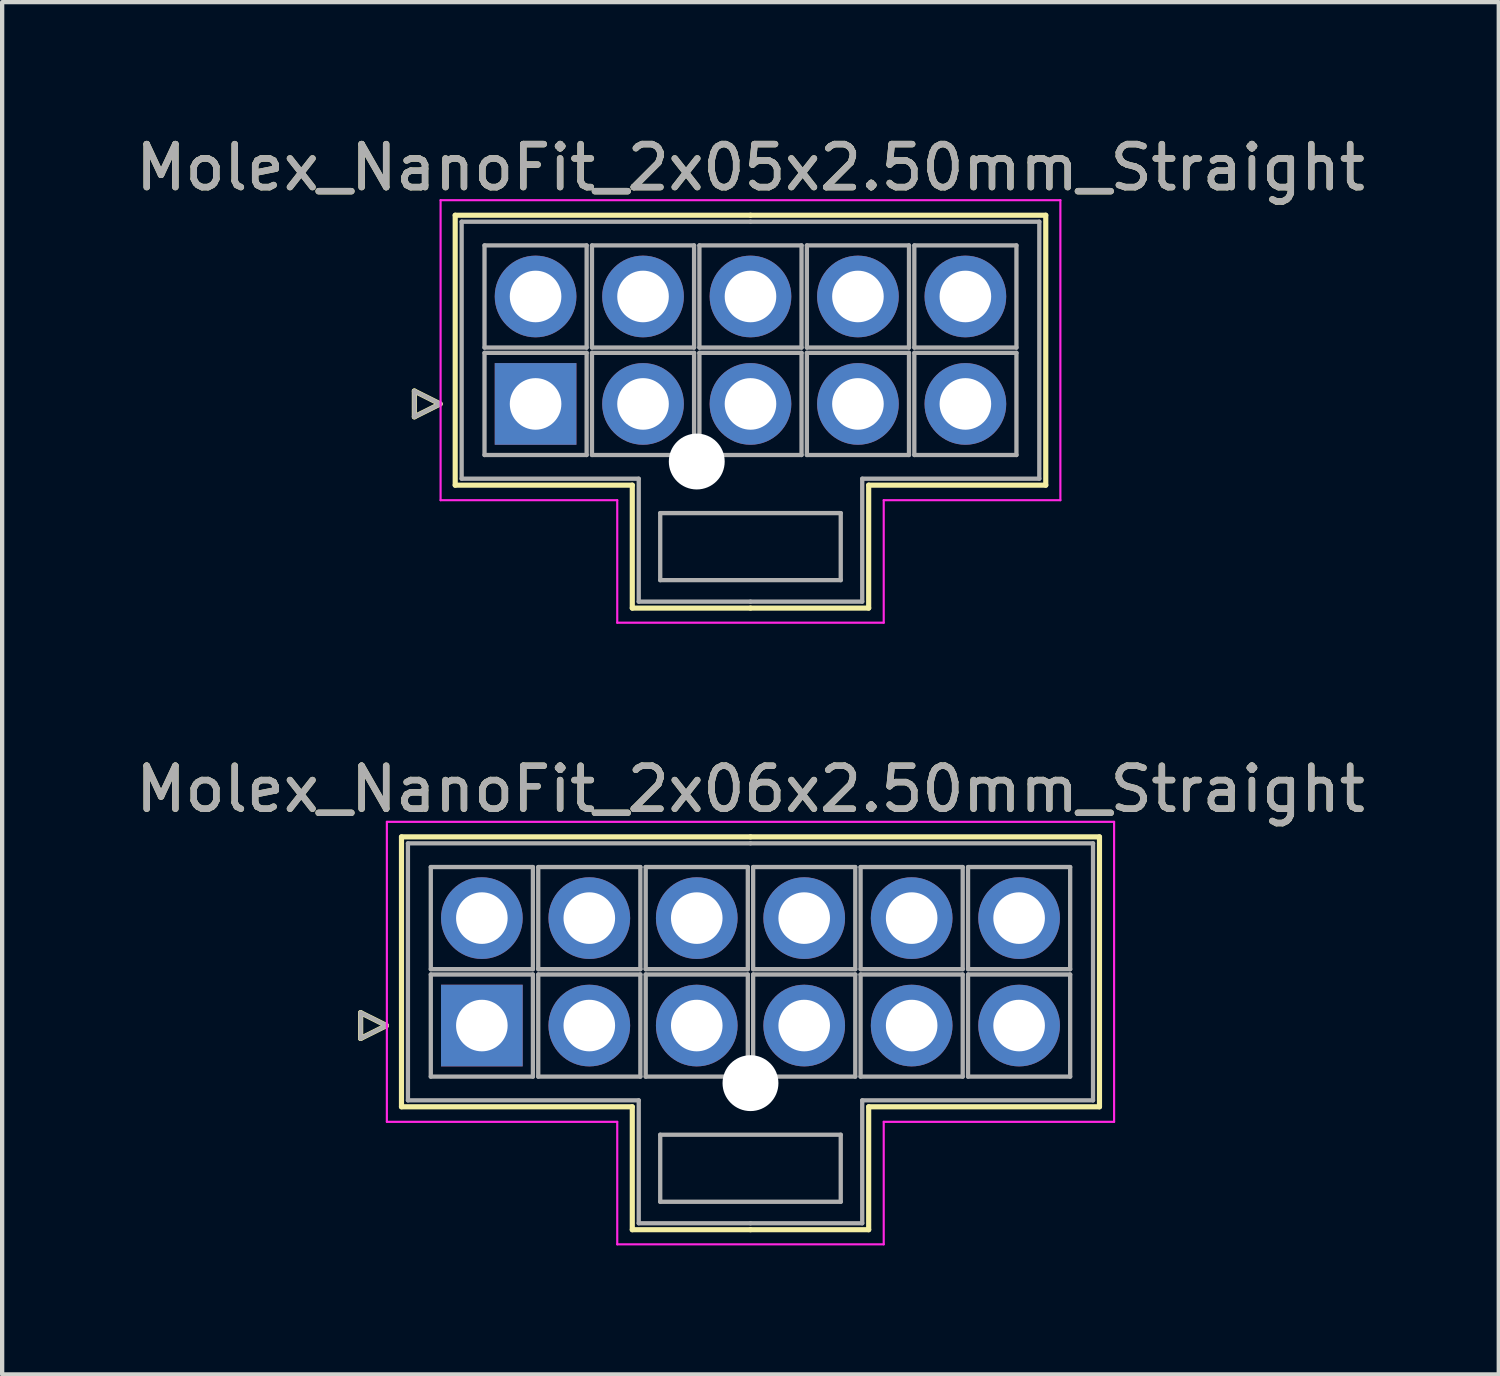
<source format=kicad_pcb>
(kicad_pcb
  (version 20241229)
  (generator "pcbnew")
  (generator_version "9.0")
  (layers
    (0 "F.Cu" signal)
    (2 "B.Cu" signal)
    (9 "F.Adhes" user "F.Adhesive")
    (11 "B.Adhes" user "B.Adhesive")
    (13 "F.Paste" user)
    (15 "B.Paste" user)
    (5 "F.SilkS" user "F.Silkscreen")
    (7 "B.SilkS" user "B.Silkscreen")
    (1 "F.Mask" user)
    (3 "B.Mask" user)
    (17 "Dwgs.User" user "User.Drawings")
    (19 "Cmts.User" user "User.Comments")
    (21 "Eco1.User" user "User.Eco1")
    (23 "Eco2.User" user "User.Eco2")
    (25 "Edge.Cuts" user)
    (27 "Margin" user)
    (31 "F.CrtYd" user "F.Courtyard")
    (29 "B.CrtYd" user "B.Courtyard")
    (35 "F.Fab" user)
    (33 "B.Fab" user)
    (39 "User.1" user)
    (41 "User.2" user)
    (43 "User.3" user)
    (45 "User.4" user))
  (footprint "Molex_NanoFit_2x06x2.50mm_Straight"
    (layer "F.Cu")
    (at 8.161 20.811)
    (property "Reference" "Molex_NanoFit_2x06x2.50mm_Straight" (at 6.25 -5.5 0) (layer "F.SilkS") (effects (font (size 1 1) (thickness 0.15))))
    (attr through_hole)
    (fp_line (start -2.82 -0.3) (end -2.22 0) (stroke (width 0.12) (type solid)) (layer "F.SilkS"))
    (fp_line (start -2.82 0.3) (end -2.82 -0.3) (stroke (width 0.12) (type solid)) (layer "F.SilkS"))
    (fp_line (start -2.22 0) (end -2.82 0.3) (stroke (width 0.12) (type solid)) (layer "F.SilkS"))
    (fp_line (start -1.87 -4.39) (end -1.87 1.89) (stroke (width 0.12) (type solid)) (layer "F.SilkS"))
    (fp_line (start -1.87 1.89) (end 3.5 1.89) (stroke (width 0.12) (type solid)) (layer "F.SilkS"))
    (fp_line (start 3.5 1.89) (end 3.5 4.75) (stroke (width 0.12) (type solid)) (layer "F.SilkS"))
    (fp_line (start 3.5 4.75) (end 6.25 4.75) (stroke (width 0.12) (type solid)) (layer "F.SilkS"))
    (fp_line (start 6.25 -4.39) (end -1.87 -4.39) (stroke (width 0.12) (type solid)) (layer "F.SilkS"))
    (fp_line (start 6.25 -4.39) (end 14.37 -4.39) (stroke (width 0.12) (type solid)) (layer "F.SilkS"))
    (fp_line (start 9 1.89) (end 9 4.75) (stroke (width 0.12) (type solid)) (layer "F.SilkS"))
    (fp_line (start 9 4.75) (end 6.25 4.75) (stroke (width 0.12) (type solid)) (layer "F.SilkS"))
    (fp_line (start 14.37 -4.39) (end 14.37 1.89) (stroke (width 0.12) (type solid)) (layer "F.SilkS"))
    (fp_line (start 14.37 1.89) (end 9 1.89) (stroke (width 0.12) (type solid)) (layer "F.SilkS"))
    (fp_line (start -2.21 -4.74) (end -2.21 2.24) (stroke (width 0.05) (type solid)) (layer "F.CrtYd"))
    (fp_line (start -2.21 2.24) (end 3.15 2.24) (stroke (width 0.05) (type solid)) (layer "F.CrtYd"))
    (fp_line (start 3.15 2.24) (end 3.15 5.09) (stroke (width 0.05) (type solid)) (layer "F.CrtYd"))
    (fp_line (start 3.15 5.09) (end 9.35 5.09) (stroke (width 0.05) (type solid)) (layer "F.CrtYd"))
    (fp_line (start 9.35 2.24) (end 14.71 2.24) (stroke (width 0.05) (type solid)) (layer "F.CrtYd"))
    (fp_line (start 9.35 5.09) (end 9.35 2.24) (stroke (width 0.05) (type solid)) (layer "F.CrtYd"))
    (fp_line (start 14.71 -4.74) (end -2.21 -4.74) (stroke (width 0.05) (type solid)) (layer "F.CrtYd"))
    (fp_line (start 14.71 2.24) (end 14.71 -4.74) (stroke (width 0.05) (type solid)) (layer "F.CrtYd"))
    (fp_line (start -2.82 -0.3) (end -2.22 0) (stroke (width 0.1) (type solid)) (layer "F.Fab"))
    (fp_line (start -2.82 0.3) (end -2.82 -0.3) (stroke (width 0.1) (type solid)) (layer "F.Fab"))
    (fp_line (start -2.22 0) (end -2.82 0.3) (stroke (width 0.1) (type solid)) (layer "F.Fab"))
    (fp_line (start -1.72 -4.24) (end -1.72 1.74) (stroke (width 0.1) (type solid)) (layer "F.Fab"))
    (fp_line (start -1.72 1.74) (end 3.65 1.74) (stroke (width 0.1) (type solid)) (layer "F.Fab"))
    (fp_line (start -1.188 -3.688) (end -1.188 -1.312) (stroke (width 0.1) (type solid)) (layer "F.Fab"))
    (fp_line (start -1.188 -1.312) (end 1.188 -1.312) (stroke (width 0.1) (type solid)) (layer "F.Fab"))
    (fp_line (start -1.188 -1.188) (end -1.188 1.188) (stroke (width 0.1) (type solid)) (layer "F.Fab"))
    (fp_line (start -1.188 1.188) (end 1.188 1.188) (stroke (width 0.1) (type solid)) (layer "F.Fab"))
    (fp_line (start 1.188 -3.688) (end -1.188 -3.688) (stroke (width 0.1) (type solid)) (layer "F.Fab"))
    (fp_line (start 1.188 -1.312) (end 1.188 -3.688) (stroke (width 0.1) (type solid)) (layer "F.Fab"))
    (fp_line (start 1.188 -1.188) (end -1.188 -1.188) (stroke (width 0.1) (type solid)) (layer "F.Fab"))
    (fp_line (start 1.188 1.188) (end 1.188 -1.188) (stroke (width 0.1) (type solid)) (layer "F.Fab"))
    (fp_line (start 1.312 -3.688) (end 1.312 -1.312) (stroke (width 0.1) (type solid)) (layer "F.Fab"))
    (fp_line (start 1.312 -1.312) (end 3.688 -1.312) (stroke (width 0.1) (type solid)) (layer "F.Fab"))
    (fp_line (start 1.312 -1.188) (end 1.312 1.188) (stroke (width 0.1) (type solid)) (layer "F.Fab"))
    (fp_line (start 1.312 1.188) (end 3.688 1.188) (stroke (width 0.1) (type solid)) (layer "F.Fab"))
    (fp_line (start 3.65 1.74) (end 3.65 4.6) (stroke (width 0.1) (type solid)) (layer "F.Fab"))
    (fp_line (start 3.65 4.6) (end 6.25 4.6) (stroke (width 0.1) (type solid)) (layer "F.Fab"))
    (fp_line (start 3.688 -3.688) (end 1.312 -3.688) (stroke (width 0.1) (type solid)) (layer "F.Fab"))
    (fp_line (start 3.688 -1.312) (end 3.688 -3.688) (stroke (width 0.1) (type solid)) (layer "F.Fab"))
    (fp_line (start 3.688 -1.188) (end 1.312 -1.188) (stroke (width 0.1) (type solid)) (layer "F.Fab"))
    (fp_line (start 3.688 1.188) (end 3.688 -1.188) (stroke (width 0.1) (type solid)) (layer "F.Fab"))
    (fp_line (start 3.812 -3.688) (end 3.812 -1.312) (stroke (width 0.1) (type solid)) (layer "F.Fab"))
    (fp_line (start 3.812 -1.312) (end 6.188 -1.312) (stroke (width 0.1) (type solid)) (layer "F.Fab"))
    (fp_line (start 3.812 -1.188) (end 3.812 1.188) (stroke (width 0.1) (type solid)) (layer "F.Fab"))
    (fp_line (start 3.812 1.188) (end 6.188 1.188) (stroke (width 0.1) (type solid)) (layer "F.Fab"))
    (fp_line (start 4.15 2.54) (end 4.15 4.1) (stroke (width 0.1) (type solid)) (layer "F.Fab"))
    (fp_line (start 4.15 4.1) (end 8.35 4.1) (stroke (width 0.1) (type solid)) (layer "F.Fab"))
    (fp_line (start 6.188 -3.688) (end 3.812 -3.688) (stroke (width 0.1) (type solid)) (layer "F.Fab"))
    (fp_line (start 6.188 -1.312) (end 6.188 -3.688) (stroke (width 0.1) (type solid)) (layer "F.Fab"))
    (fp_line (start 6.188 -1.188) (end 3.812 -1.188) (stroke (width 0.1) (type solid)) (layer "F.Fab"))
    (fp_line (start 6.188 1.188) (end 6.188 -1.188) (stroke (width 0.1) (type solid)) (layer "F.Fab"))
    (fp_line (start 6.25 -4.24) (end -1.72 -4.24) (stroke (width 0.1) (type solid)) (layer "F.Fab"))
    (fp_line (start 6.25 -4.24) (end 14.22 -4.24) (stroke (width 0.1) (type solid)) (layer "F.Fab"))
    (fp_line (start 6.312 -3.688) (end 6.312 -1.312) (stroke (width 0.1) (type solid)) (layer "F.Fab"))
    (fp_line (start 6.312 -1.312) (end 8.688 -1.312) (stroke (width 0.1) (type solid)) (layer "F.Fab"))
    (fp_line (start 6.312 -1.188) (end 6.312 1.188) (stroke (width 0.1) (type solid)) (layer "F.Fab"))
    (fp_line (start 6.312 1.188) (end 8.688 1.188) (stroke (width 0.1) (type solid)) (layer "F.Fab"))
    (fp_line (start 8.35 2.54) (end 4.15 2.54) (stroke (width 0.1) (type solid)) (layer "F.Fab"))
    (fp_line (start 8.35 4.1) (end 8.35 2.54) (stroke (width 0.1) (type solid)) (layer "F.Fab"))
    (fp_line (start 8.688 -3.688) (end 6.312 -3.688) (stroke (width 0.1) (type solid)) (layer "F.Fab"))
    (fp_line (start 8.688 -1.312) (end 8.688 -3.688) (stroke (width 0.1) (type solid)) (layer "F.Fab"))
    (fp_line (start 8.688 -1.188) (end 6.312 -1.188) (stroke (width 0.1) (type solid)) (layer "F.Fab"))
    (fp_line (start 8.688 1.188) (end 8.688 -1.188) (stroke (width 0.1) (type solid)) (layer "F.Fab"))
    (fp_line (start 8.812 -3.688) (end 8.812 -1.312) (stroke (width 0.1) (type solid)) (layer "F.Fab"))
    (fp_line (start 8.812 -1.312) (end 11.188 -1.312) (stroke (width 0.1) (type solid)) (layer "F.Fab"))
    (fp_line (start 8.812 -1.188) (end 8.812 1.188) (stroke (width 0.1) (type solid)) (layer "F.Fab"))
    (fp_line (start 8.812 1.188) (end 11.188 1.188) (stroke (width 0.1) (type solid)) (layer "F.Fab"))
    (fp_line (start 8.85 1.74) (end 8.85 4.6) (stroke (width 0.1) (type solid)) (layer "F.Fab"))
    (fp_line (start 8.85 4.6) (end 6.25 4.6) (stroke (width 0.1) (type solid)) (layer "F.Fab"))
    (fp_line (start 11.188 -3.688) (end 8.812 -3.688) (stroke (width 0.1) (type solid)) (layer "F.Fab"))
    (fp_line (start 11.188 -1.312) (end 11.188 -3.688) (stroke (width 0.1) (type solid)) (layer "F.Fab"))
    (fp_line (start 11.188 -1.188) (end 8.812 -1.188) (stroke (width 0.1) (type solid)) (layer "F.Fab"))
    (fp_line (start 11.188 1.188) (end 11.188 -1.188) (stroke (width 0.1) (type solid)) (layer "F.Fab"))
    (fp_line (start 11.312 -3.688) (end 11.312 -1.312) (stroke (width 0.1) (type solid)) (layer "F.Fab"))
    (fp_line (start 11.312 -1.312) (end 13.688 -1.312) (stroke (width 0.1) (type solid)) (layer "F.Fab"))
    (fp_line (start 11.312 -1.188) (end 11.312 1.188) (stroke (width 0.1) (type solid)) (layer "F.Fab"))
    (fp_line (start 11.312 1.188) (end 13.688 1.188) (stroke (width 0.1) (type solid)) (layer "F.Fab"))
    (fp_line (start 13.688 -3.688) (end 11.312 -3.688) (stroke (width 0.1) (type solid)) (layer "F.Fab"))
    (fp_line (start 13.688 -1.312) (end 13.688 -3.688) (stroke (width 0.1) (type solid)) (layer "F.Fab"))
    (fp_line (start 13.688 -1.188) (end 11.312 -1.188) (stroke (width 0.1) (type solid)) (layer "F.Fab"))
    (fp_line (start 13.688 1.188) (end 13.688 -1.188) (stroke (width 0.1) (type solid)) (layer "F.Fab"))
    (fp_line (start 14.22 -4.24) (end 14.22 1.74) (stroke (width 0.1) (type solid)) (layer "F.Fab"))
    (fp_line (start 14.22 1.74) (end 8.85 1.74) (stroke (width 0.1) (type solid)) (layer "F.Fab"))
    (fp_text user "${REFERENCE}" (at 6.25 -5.5 0) (layer "F.Fab") (effects (font (size 1 1) (thickness 0.15))))
    (pad "" np_thru_hole circle (at 6.25 1.34) (size 1.3 1.3) (drill 1.3) (layers "*.Cu" "*.Mask"))
    (pad "1" thru_hole rect (at 0 0) (size 1.9 1.9) (drill 1.2) (layers "*.Cu" "*.Mask"))
    (pad "2" thru_hole circle (at 2.5 0) (size 1.9 1.9) (drill 1.2) (layers "*.Cu" "*.Mask"))
    (pad "3" thru_hole circle (at 5 0) (size 1.9 1.9) (drill 1.2) (layers "*.Cu" "*.Mask"))
    (pad "4" thru_hole circle (at 7.5 0) (size 1.9 1.9) (drill 1.2) (layers "*.Cu" "*.Mask"))
    (pad "5" thru_hole circle (at 10 0) (size 1.9 1.9) (drill 1.2) (layers "*.Cu" "*.Mask"))
    (pad "6" thru_hole circle (at 12.5 0) (size 1.9 1.9) (drill 1.2) (layers "*.Cu" "*.Mask"))
    (pad "7" thru_hole circle (at 0 -2.5) (size 1.9 1.9) (drill 1.2) (layers "*.Cu" "*.Mask"))
    (pad "8" thru_hole circle (at 2.5 -2.5) (size 1.9 1.9) (drill 1.2) (layers "*.Cu" "*.Mask"))
    (pad "9" thru_hole circle (at 5 -2.5) (size 1.9 1.9) (drill 1.2) (layers "*.Cu" "*.Mask"))
    (pad "10" thru_hole circle (at 7.5 -2.5) (size 1.9 1.9) (drill 1.2) (layers "*.Cu" "*.Mask"))
    (pad "11" thru_hole circle (at 10 -2.5) (size 1.9 1.9) (drill 1.2) (layers "*.Cu" "*.Mask"))
    (pad "12" thru_hole circle (at 12.5 -2.5) (size 1.9 1.9) (drill 1.2) (layers "*.Cu" "*.Mask")))
  (footprint "Molex_NanoFit_2x05x2.50mm_Straight"
    (layer "F.Cu")
    (at 9.411 6.348)
    (property "Reference" "Molex_NanoFit_2x05x2.50mm_Straight" (at 5 -5.5 0) (layer "F.SilkS") (effects (font (size 1 1) (thickness 0.15))))
    (attr through_hole)
    (fp_line (start -2.82 -0.3) (end -2.22 0) (stroke (width 0.12) (type solid)) (layer "F.SilkS"))
    (fp_line (start -2.82 0.3) (end -2.82 -0.3) (stroke (width 0.12) (type solid)) (layer "F.SilkS"))
    (fp_line (start -2.22 0) (end -2.82 0.3) (stroke (width 0.12) (type solid)) (layer "F.SilkS"))
    (fp_line (start -1.87 -4.39) (end -1.87 1.89) (stroke (width 0.12) (type solid)) (layer "F.SilkS"))
    (fp_line (start -1.87 1.89) (end 2.25 1.89) (stroke (width 0.12) (type solid)) (layer "F.SilkS"))
    (fp_line (start 2.25 1.89) (end 2.25 4.75) (stroke (width 0.12) (type solid)) (layer "F.SilkS"))
    (fp_line (start 2.25 4.75) (end 5 4.75) (stroke (width 0.12) (type solid)) (layer "F.SilkS"))
    (fp_line (start 5 -4.39) (end -1.87 -4.39) (stroke (width 0.12) (type solid)) (layer "F.SilkS"))
    (fp_line (start 5 -4.39) (end 11.87 -4.39) (stroke (width 0.12) (type solid)) (layer "F.SilkS"))
    (fp_line (start 7.75 1.89) (end 7.75 4.75) (stroke (width 0.12) (type solid)) (layer "F.SilkS"))
    (fp_line (start 7.75 4.75) (end 5 4.75) (stroke (width 0.12) (type solid)) (layer "F.SilkS"))
    (fp_line (start 11.87 -4.39) (end 11.87 1.89) (stroke (width 0.12) (type solid)) (layer "F.SilkS"))
    (fp_line (start 11.87 1.89) (end 7.75 1.89) (stroke (width 0.12) (type solid)) (layer "F.SilkS"))
    (fp_line (start -2.21 -4.74) (end -2.21 2.24) (stroke (width 0.05) (type solid)) (layer "F.CrtYd"))
    (fp_line (start -2.21 2.24) (end 1.9 2.24) (stroke (width 0.05) (type solid)) (layer "F.CrtYd"))
    (fp_line (start 1.9 2.24) (end 1.9 5.09) (stroke (width 0.05) (type solid)) (layer "F.CrtYd"))
    (fp_line (start 1.9 5.09) (end 8.1 5.09) (stroke (width 0.05) (type solid)) (layer "F.CrtYd"))
    (fp_line (start 8.1 2.24) (end 12.21 2.24) (stroke (width 0.05) (type solid)) (layer "F.CrtYd"))
    (fp_line (start 8.1 5.09) (end 8.1 2.24) (stroke (width 0.05) (type solid)) (layer "F.CrtYd"))
    (fp_line (start 12.21 -4.74) (end -2.21 -4.74) (stroke (width 0.05) (type solid)) (layer "F.CrtYd"))
    (fp_line (start 12.21 2.24) (end 12.21 -4.74) (stroke (width 0.05) (type solid)) (layer "F.CrtYd"))
    (fp_line (start -2.82 -0.3) (end -2.22 0) (stroke (width 0.1) (type solid)) (layer "F.Fab"))
    (fp_line (start -2.82 0.3) (end -2.82 -0.3) (stroke (width 0.1) (type solid)) (layer "F.Fab"))
    (fp_line (start -2.22 0) (end -2.82 0.3) (stroke (width 0.1) (type solid)) (layer "F.Fab"))
    (fp_line (start -1.72 -4.24) (end -1.72 1.74) (stroke (width 0.1) (type solid)) (layer "F.Fab"))
    (fp_line (start -1.72 1.74) (end 2.4 1.74) (stroke (width 0.1) (type solid)) (layer "F.Fab"))
    (fp_line (start -1.188 -3.688) (end -1.188 -1.312) (stroke (width 0.1) (type solid)) (layer "F.Fab"))
    (fp_line (start -1.188 -1.312) (end 1.188 -1.312) (stroke (width 0.1) (type solid)) (layer "F.Fab"))
    (fp_line (start -1.188 -1.188) (end -1.188 1.188) (stroke (width 0.1) (type solid)) (layer "F.Fab"))
    (fp_line (start -1.188 1.188) (end 1.188 1.188) (stroke (width 0.1) (type solid)) (layer "F.Fab"))
    (fp_line (start 1.188 -3.688) (end -1.188 -3.688) (stroke (width 0.1) (type solid)) (layer "F.Fab"))
    (fp_line (start 1.188 -1.312) (end 1.188 -3.688) (stroke (width 0.1) (type solid)) (layer "F.Fab"))
    (fp_line (start 1.188 -1.188) (end -1.188 -1.188) (stroke (width 0.1) (type solid)) (layer "F.Fab"))
    (fp_line (start 1.188 1.188) (end 1.188 -1.188) (stroke (width 0.1) (type solid)) (layer "F.Fab"))
    (fp_line (start 1.312 -3.688) (end 1.312 -1.312) (stroke (width 0.1) (type solid)) (layer "F.Fab"))
    (fp_line (start 1.312 -1.312) (end 3.688 -1.312) (stroke (width 0.1) (type solid)) (layer "F.Fab"))
    (fp_line (start 1.312 -1.188) (end 1.312 1.188) (stroke (width 0.1) (type solid)) (layer "F.Fab"))
    (fp_line (start 1.312 1.188) (end 3.688 1.188) (stroke (width 0.1) (type solid)) (layer "F.Fab"))
    (fp_line (start 2.4 1.74) (end 2.4 4.6) (stroke (width 0.1) (type solid)) (layer "F.Fab"))
    (fp_line (start 2.4 4.6) (end 5 4.6) (stroke (width 0.1) (type solid)) (layer "F.Fab"))
    (fp_line (start 2.9 2.54) (end 2.9 4.1) (stroke (width 0.1) (type solid)) (layer "F.Fab"))
    (fp_line (start 2.9 4.1) (end 7.1 4.1) (stroke (width 0.1) (type solid)) (layer "F.Fab"))
    (fp_line (start 3.688 -3.688) (end 1.312 -3.688) (stroke (width 0.1) (type solid)) (layer "F.Fab"))
    (fp_line (start 3.688 -1.312) (end 3.688 -3.688) (stroke (width 0.1) (type solid)) (layer "F.Fab"))
    (fp_line (start 3.688 -1.188) (end 1.312 -1.188) (stroke (width 0.1) (type solid)) (layer "F.Fab"))
    (fp_line (start 3.688 1.188) (end 3.688 -1.188) (stroke (width 0.1) (type solid)) (layer "F.Fab"))
    (fp_line (start 3.812 -3.688) (end 3.812 -1.312) (stroke (width 0.1) (type solid)) (layer "F.Fab"))
    (fp_line (start 3.812 -1.312) (end 6.188 -1.312) (stroke (width 0.1) (type solid)) (layer "F.Fab"))
    (fp_line (start 3.812 -1.188) (end 3.812 1.188) (stroke (width 0.1) (type solid)) (layer "F.Fab"))
    (fp_line (start 3.812 1.188) (end 6.188 1.188) (stroke (width 0.1) (type solid)) (layer "F.Fab"))
    (fp_line (start 5 -4.24) (end -1.72 -4.24) (stroke (width 0.1) (type solid)) (layer "F.Fab"))
    (fp_line (start 5 -4.24) (end 11.72 -4.24) (stroke (width 0.1) (type solid)) (layer "F.Fab"))
    (fp_line (start 6.188 -3.688) (end 3.812 -3.688) (stroke (width 0.1) (type solid)) (layer "F.Fab"))
    (fp_line (start 6.188 -1.312) (end 6.188 -3.688) (stroke (width 0.1) (type solid)) (layer "F.Fab"))
    (fp_line (start 6.188 -1.188) (end 3.812 -1.188) (stroke (width 0.1) (type solid)) (layer "F.Fab"))
    (fp_line (start 6.188 1.188) (end 6.188 -1.188) (stroke (width 0.1) (type solid)) (layer "F.Fab"))
    (fp_line (start 6.312 -3.688) (end 6.312 -1.312) (stroke (width 0.1) (type solid)) (layer "F.Fab"))
    (fp_line (start 6.312 -1.312) (end 8.688 -1.312) (stroke (width 0.1) (type solid)) (layer "F.Fab"))
    (fp_line (start 6.312 -1.188) (end 6.312 1.188) (stroke (width 0.1) (type solid)) (layer "F.Fab"))
    (fp_line (start 6.312 1.188) (end 8.688 1.188) (stroke (width 0.1) (type solid)) (layer "F.Fab"))
    (fp_line (start 7.1 2.54) (end 2.9 2.54) (stroke (width 0.1) (type solid)) (layer "F.Fab"))
    (fp_line (start 7.1 4.1) (end 7.1 2.54) (stroke (width 0.1) (type solid)) (layer "F.Fab"))
    (fp_line (start 7.6 1.74) (end 7.6 4.6) (stroke (width 0.1) (type solid)) (layer "F.Fab"))
    (fp_line (start 7.6 4.6) (end 5 4.6) (stroke (width 0.1) (type solid)) (layer "F.Fab"))
    (fp_line (start 8.688 -3.688) (end 6.312 -3.688) (stroke (width 0.1) (type solid)) (layer "F.Fab"))
    (fp_line (start 8.688 -1.312) (end 8.688 -3.688) (stroke (width 0.1) (type solid)) (layer "F.Fab"))
    (fp_line (start 8.688 -1.188) (end 6.312 -1.188) (stroke (width 0.1) (type solid)) (layer "F.Fab"))
    (fp_line (start 8.688 1.188) (end 8.688 -1.188) (stroke (width 0.1) (type solid)) (layer "F.Fab"))
    (fp_line (start 8.812 -3.688) (end 8.812 -1.312) (stroke (width 0.1) (type solid)) (layer "F.Fab"))
    (fp_line (start 8.812 -1.312) (end 11.188 -1.312) (stroke (width 0.1) (type solid)) (layer "F.Fab"))
    (fp_line (start 8.812 -1.188) (end 8.812 1.188) (stroke (width 0.1) (type solid)) (layer "F.Fab"))
    (fp_line (start 8.812 1.188) (end 11.188 1.188) (stroke (width 0.1) (type solid)) (layer "F.Fab"))
    (fp_line (start 11.188 -3.688) (end 8.812 -3.688) (stroke (width 0.1) (type solid)) (layer "F.Fab"))
    (fp_line (start 11.188 -1.312) (end 11.188 -3.688) (stroke (width 0.1) (type solid)) (layer "F.Fab"))
    (fp_line (start 11.188 -1.188) (end 8.812 -1.188) (stroke (width 0.1) (type solid)) (layer "F.Fab"))
    (fp_line (start 11.188 1.188) (end 11.188 -1.188) (stroke (width 0.1) (type solid)) (layer "F.Fab"))
    (fp_line (start 11.72 -4.24) (end 11.72 1.74) (stroke (width 0.1) (type solid)) (layer "F.Fab"))
    (fp_line (start 11.72 1.74) (end 7.6 1.74) (stroke (width 0.1) (type solid)) (layer "F.Fab"))
    (fp_text user "${REFERENCE}" (at 5 -5.5 0) (layer "F.Fab") (effects (font (size 1 1) (thickness 0.15))))
    (pad "" np_thru_hole circle (at 3.75 1.34) (size 1.3 1.3) (drill 1.3) (layers "*.Cu" "*.Mask"))
    (pad "1" thru_hole rect (at 0 0) (size 1.9 1.9) (drill 1.2) (layers "*.Cu" "*.Mask"))
    (pad "2" thru_hole circle (at 2.5 0) (size 1.9 1.9) (drill 1.2) (layers "*.Cu" "*.Mask"))
    (pad "3" thru_hole circle (at 5 0) (size 1.9 1.9) (drill 1.2) (layers "*.Cu" "*.Mask"))
    (pad "4" thru_hole circle (at 7.5 0) (size 1.9 1.9) (drill 1.2) (layers "*.Cu" "*.Mask"))
    (pad "5" thru_hole circle (at 10 0) (size 1.9 1.9) (drill 1.2) (layers "*.Cu" "*.Mask"))
    (pad "6" thru_hole circle (at 0 -2.5) (size 1.9 1.9) (drill 1.2) (layers "*.Cu" "*.Mask"))
    (pad "7" thru_hole circle (at 2.5 -2.5) (size 1.9 1.9) (drill 1.2) (layers "*.Cu" "*.Mask"))
    (pad "8" thru_hole circle (at 5 -2.5) (size 1.9 1.9) (drill 1.2) (layers "*.Cu" "*.Mask"))
    (pad "9" thru_hole circle (at 7.5 -2.5) (size 1.9 1.9) (drill 1.2) (layers "*.Cu" "*.Mask"))
    (pad "10" thru_hole circle (at 10 -2.5) (size 1.9 1.9) (drill 1.2) (layers "*.Cu" "*.Mask")))
  (gr_rect
    (start -3 -3)
    (end 31.821 28.927)
    (stroke (width 0.1) (type default))
    (fill no)
    (layer "Edge.Cuts")))
</source>
